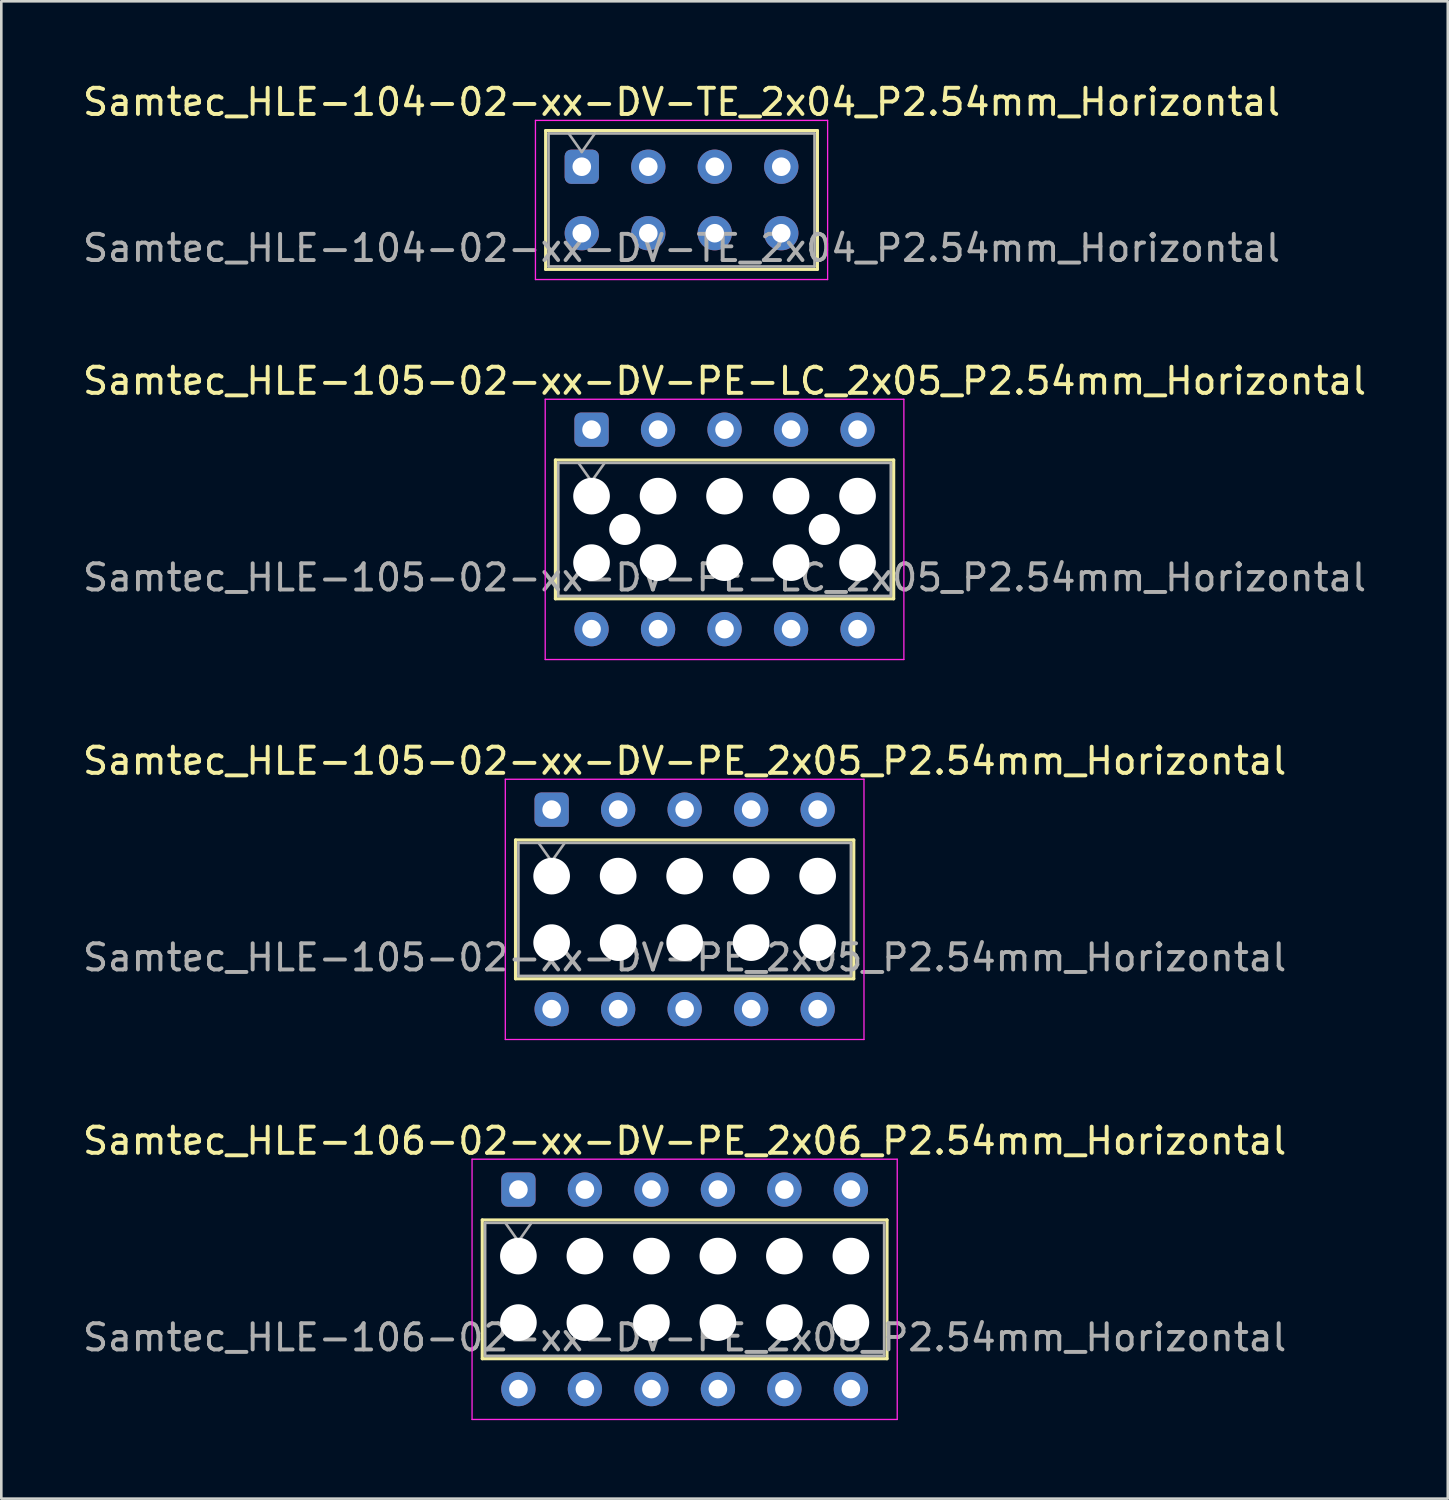
<source format=kicad_pcb>
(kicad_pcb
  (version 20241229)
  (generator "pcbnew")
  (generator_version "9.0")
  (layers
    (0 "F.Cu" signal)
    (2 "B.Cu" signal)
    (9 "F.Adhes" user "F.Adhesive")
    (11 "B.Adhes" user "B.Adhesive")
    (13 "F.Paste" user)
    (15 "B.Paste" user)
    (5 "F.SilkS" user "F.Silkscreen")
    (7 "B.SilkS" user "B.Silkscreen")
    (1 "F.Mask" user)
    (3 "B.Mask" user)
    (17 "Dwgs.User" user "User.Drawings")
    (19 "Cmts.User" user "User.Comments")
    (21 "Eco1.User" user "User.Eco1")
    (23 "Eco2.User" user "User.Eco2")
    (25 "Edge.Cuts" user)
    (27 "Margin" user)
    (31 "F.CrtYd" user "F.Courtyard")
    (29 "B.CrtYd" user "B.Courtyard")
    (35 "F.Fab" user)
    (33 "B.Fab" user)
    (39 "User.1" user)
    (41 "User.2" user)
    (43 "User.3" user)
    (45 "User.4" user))
  (footprint "Samtec_HLE-104-02-xx-DV-TE_2x04_P2.54mm_Horizontal"
    (layer "F.Cu")
    (at 19.172 3.318)
    (property "Reference" "Samtec_HLE-104-02-xx-DV-TE_2x04_P2.54mm_Horizontal" (at 3.81 -2.47 0) (layer "F.SilkS") (effects (font (size 1 1) (thickness 0.15))))
    (attr through_hole)
    (fp_line (start -1.38 -1.38) (end 9 -1.38) (stroke (width 0.12) (type solid)) (layer "F.SilkS"))
    (fp_line (start -1.38 3.92) (end -1.38 -1.38) (stroke (width 0.12) (type solid)) (layer "F.SilkS"))
    (fp_line (start 9 -1.38) (end 9 3.92) (stroke (width 0.12) (type solid)) (layer "F.SilkS"))
    (fp_line (start 9 3.92) (end -1.38 3.92) (stroke (width 0.12) (type solid)) (layer "F.SilkS"))
    (fp_line (start -1.77 -1.77) (end 9.39 -1.77) (stroke (width 0.05) (type solid)) (layer "F.CrtYd"))
    (fp_line (start -1.77 4.31) (end -1.77 -1.77) (stroke (width 0.05) (type solid)) (layer "F.CrtYd"))
    (fp_line (start 9.39 -1.77) (end 9.39 4.31) (stroke (width 0.05) (type solid)) (layer "F.CrtYd"))
    (fp_line (start 9.39 4.31) (end -1.77 4.31) (stroke (width 0.05) (type solid)) (layer "F.CrtYd"))
    (fp_line (start -1.27 -1.27) (end 8.89 -1.27) (stroke (width 0.1) (type solid)) (layer "F.Fab"))
    (fp_line (start -1.27 3.81) (end -1.27 -1.27) (stroke (width 0.1) (type solid)) (layer "F.Fab"))
    (fp_line (start -0.5 -1.27) (end 0 -0.563) (stroke (width 0.1) (type solid)) (layer "F.Fab"))
    (fp_line (start 0 -0.563) (end 0.5 -1.27) (stroke (width 0.1) (type solid)) (layer "F.Fab"))
    (fp_line (start 8.89 -1.27) (end 8.89 3.81) (stroke (width 0.1) (type solid)) (layer "F.Fab"))
    (fp_line (start 8.89 3.81) (end -1.27 3.81) (stroke (width 0.1) (type solid)) (layer "F.Fab"))
    (fp_text user "${REFERENCE}" (at 3.81 3.11 0) (layer "F.Fab") (effects (font (size 1 1) (thickness 0.15))))
    (pad "1" thru_hole roundrect (at 0 0) (size 1.31 1.31) (drill 0.71) (layers "*.Cu" "*.Mask") (roundrect_rratio 0.191))
    (pad "2" thru_hole circle (at 0 2.54) (size 1.31 1.31) (drill 0.71) (layers "*.Cu" "*.Mask"))
    (pad "3" thru_hole circle (at 2.54 0) (size 1.31 1.31) (drill 0.71) (layers "*.Cu" "*.Mask"))
    (pad "4" thru_hole circle (at 2.54 2.54) (size 1.31 1.31) (drill 0.71) (layers "*.Cu" "*.Mask"))
    (pad "5" thru_hole circle (at 5.08 0) (size 1.31 1.31) (drill 0.71) (layers "*.Cu" "*.Mask"))
    (pad "6" thru_hole circle (at 5.08 2.54) (size 1.31 1.31) (drill 0.71) (layers "*.Cu" "*.Mask"))
    (pad "7" thru_hole circle (at 7.62 0) (size 1.31 1.31) (drill 0.71) (layers "*.Cu" "*.Mask"))
    (pad "8" thru_hole circle (at 7.62 2.54) (size 1.31 1.31) (drill 0.71) (layers "*.Cu" "*.Mask")))
  (footprint "Samtec_HLE-105-02-xx-DV-PE-LC_2x05_P2.54mm_Horizontal"
    (layer "F.Cu")
    (at 19.545 13.361)
    (property "Reference" "Samtec_HLE-105-02-xx-DV-PE-LC_2x05_P2.54mm_Horizontal" (at 5.08 -1.86 0) (layer "F.SilkS") (effects (font (size 1 1) (thickness 0.15))))
    (attr through_hole)
    (fp_line (start -1.38 1.16) (end 11.54 1.16) (stroke (width 0.12) (type solid)) (layer "F.SilkS"))
    (fp_line (start -1.38 6.46) (end -1.38 1.16) (stroke (width 0.12) (type solid)) (layer "F.SilkS"))
    (fp_line (start 11.54 1.16) (end 11.54 6.46) (stroke (width 0.12) (type solid)) (layer "F.SilkS"))
    (fp_line (start 11.54 6.46) (end -1.38 6.46) (stroke (width 0.12) (type solid)) (layer "F.SilkS"))
    (fp_line (start -1.77 -1.16) (end 11.93 -1.16) (stroke (width 0.05) (type solid)) (layer "F.CrtYd"))
    (fp_line (start -1.77 8.78) (end -1.77 -1.16) (stroke (width 0.05) (type solid)) (layer "F.CrtYd"))
    (fp_line (start 11.93 -1.16) (end 11.93 8.78) (stroke (width 0.05) (type solid)) (layer "F.CrtYd"))
    (fp_line (start 11.93 8.78) (end -1.77 8.78) (stroke (width 0.05) (type solid)) (layer "F.CrtYd"))
    (fp_line (start -1.27 1.27) (end 11.43 1.27) (stroke (width 0.1) (type solid)) (layer "F.Fab"))
    (fp_line (start -1.27 6.35) (end -1.27 1.27) (stroke (width 0.1) (type solid)) (layer "F.Fab"))
    (fp_line (start -0.5 1.27) (end 0 1.977) (stroke (width 0.1) (type solid)) (layer "F.Fab"))
    (fp_line (start 0 1.977) (end 0.5 1.27) (stroke (width 0.1) (type solid)) (layer "F.Fab"))
    (fp_line (start 11.43 1.27) (end 11.43 6.35) (stroke (width 0.1) (type solid)) (layer "F.Fab"))
    (fp_line (start 11.43 6.35) (end -1.27 6.35) (stroke (width 0.1) (type solid)) (layer "F.Fab"))
    (fp_text user "${REFERENCE}" (at 5.08 5.65 0) (layer "F.Fab") (effects (font (size 1 1) (thickness 0.15))))
    (pad "" np_thru_hole circle (at 0 2.54) (size 1.4 1.4) (drill 1.4) (layers "*.Cu" "*.Mask"))
    (pad "" np_thru_hole circle (at 0 5.08) (size 1.4 1.4) (drill 1.4) (layers "*.Cu" "*.Mask"))
    (pad "" np_thru_hole circle (at 1.27 3.81) (size 1.19 1.19) (drill 1.19) (layers "*.Cu" "*.Mask"))
    (pad "" np_thru_hole circle (at 2.54 2.54) (size 1.4 1.4) (drill 1.4) (layers "*.Cu" "*.Mask"))
    (pad "" np_thru_hole circle (at 2.54 5.08) (size 1.4 1.4) (drill 1.4) (layers "*.Cu" "*.Mask"))
    (pad "" np_thru_hole circle (at 5.08 2.54) (size 1.4 1.4) (drill 1.4) (layers "*.Cu" "*.Mask"))
    (pad "" np_thru_hole circle (at 5.08 5.08) (size 1.4 1.4) (drill 1.4) (layers "*.Cu" "*.Mask"))
    (pad "" np_thru_hole circle (at 7.62 2.54) (size 1.4 1.4) (drill 1.4) (layers "*.Cu" "*.Mask"))
    (pad "" np_thru_hole circle (at 7.62 5.08) (size 1.4 1.4) (drill 1.4) (layers "*.Cu" "*.Mask"))
    (pad "" np_thru_hole circle (at 8.89 3.81) (size 1.19 1.19) (drill 1.19) (layers "*.Cu" "*.Mask"))
    (pad "" np_thru_hole circle (at 10.16 2.54) (size 1.4 1.4) (drill 1.4) (layers "*.Cu" "*.Mask"))
    (pad "" np_thru_hole circle (at 10.16 5.08) (size 1.4 1.4) (drill 1.4) (layers "*.Cu" "*.Mask"))
    (pad "1" thru_hole roundrect (at 0 0) (size 1.31 1.31) (drill 0.71) (layers "*.Cu" "*.Mask") (roundrect_rratio 0.191))
    (pad "2" thru_hole circle (at 0 7.62) (size 1.31 1.31) (drill 0.71) (layers "*.Cu" "*.Mask"))
    (pad "3" thru_hole circle (at 2.54 0) (size 1.31 1.31) (drill 0.71) (layers "*.Cu" "*.Mask"))
    (pad "4" thru_hole circle (at 2.54 7.62) (size 1.31 1.31) (drill 0.71) (layers "*.Cu" "*.Mask"))
    (pad "5" thru_hole circle (at 5.08 0) (size 1.31 1.31) (drill 0.71) (layers "*.Cu" "*.Mask"))
    (pad "6" thru_hole circle (at 5.08 7.62) (size 1.31 1.31) (drill 0.71) (layers "*.Cu" "*.Mask"))
    (pad "7" thru_hole circle (at 7.62 0) (size 1.31 1.31) (drill 0.71) (layers "*.Cu" "*.Mask"))
    (pad "8" thru_hole circle (at 7.62 7.62) (size 1.31 1.31) (drill 0.71) (layers "*.Cu" "*.Mask"))
    (pad "9" thru_hole circle (at 10.16 0) (size 1.31 1.31) (drill 0.71) (layers "*.Cu" "*.Mask"))
    (pad "10" thru_hole circle (at 10.16 7.62) (size 1.31 1.31) (drill 0.71) (layers "*.Cu" "*.Mask")))
  (footprint "Samtec_HLE-106-02-xx-DV-PE_2x06_P2.54mm_Horizontal"
    (layer "F.Cu")
    (at 16.751 42.388)
    (property "Reference" "Samtec_HLE-106-02-xx-DV-PE_2x06_P2.54mm_Horizontal" (at 6.35 -1.86 0) (layer "F.SilkS") (effects (font (size 1 1) (thickness 0.15))))
    (attr through_hole)
    (fp_line (start -1.38 1.16) (end 14.08 1.16) (stroke (width 0.12) (type solid)) (layer "F.SilkS"))
    (fp_line (start -1.38 6.46) (end -1.38 1.16) (stroke (width 0.12) (type solid)) (layer "F.SilkS"))
    (fp_line (start 14.08 1.16) (end 14.08 6.46) (stroke (width 0.12) (type solid)) (layer "F.SilkS"))
    (fp_line (start 14.08 6.46) (end -1.38 6.46) (stroke (width 0.12) (type solid)) (layer "F.SilkS"))
    (fp_line (start -1.77 -1.16) (end 14.47 -1.16) (stroke (width 0.05) (type solid)) (layer "F.CrtYd"))
    (fp_line (start -1.77 8.78) (end -1.77 -1.16) (stroke (width 0.05) (type solid)) (layer "F.CrtYd"))
    (fp_line (start 14.47 -1.16) (end 14.47 8.78) (stroke (width 0.05) (type solid)) (layer "F.CrtYd"))
    (fp_line (start 14.47 8.78) (end -1.77 8.78) (stroke (width 0.05) (type solid)) (layer "F.CrtYd"))
    (fp_line (start -1.27 1.27) (end 13.97 1.27) (stroke (width 0.1) (type solid)) (layer "F.Fab"))
    (fp_line (start -1.27 6.35) (end -1.27 1.27) (stroke (width 0.1) (type solid)) (layer "F.Fab"))
    (fp_line (start -0.5 1.27) (end 0 1.977) (stroke (width 0.1) (type solid)) (layer "F.Fab"))
    (fp_line (start 0 1.977) (end 0.5 1.27) (stroke (width 0.1) (type solid)) (layer "F.Fab"))
    (fp_line (start 13.97 1.27) (end 13.97 6.35) (stroke (width 0.1) (type solid)) (layer "F.Fab"))
    (fp_line (start 13.97 6.35) (end -1.27 6.35) (stroke (width 0.1) (type solid)) (layer "F.Fab"))
    (fp_text user "${REFERENCE}" (at 6.35 5.65 0) (layer "F.Fab") (effects (font (size 1 1) (thickness 0.15))))
    (pad "" np_thru_hole circle (at 0 2.54) (size 1.4 1.4) (drill 1.4) (layers "*.Cu" "*.Mask"))
    (pad "" np_thru_hole circle (at 0 5.08) (size 1.4 1.4) (drill 1.4) (layers "*.Cu" "*.Mask"))
    (pad "" np_thru_hole circle (at 2.54 2.54) (size 1.4 1.4) (drill 1.4) (layers "*.Cu" "*.Mask"))
    (pad "" np_thru_hole circle (at 2.54 5.08) (size 1.4 1.4) (drill 1.4) (layers "*.Cu" "*.Mask"))
    (pad "" np_thru_hole circle (at 5.08 2.54) (size 1.4 1.4) (drill 1.4) (layers "*.Cu" "*.Mask"))
    (pad "" np_thru_hole circle (at 5.08 5.08) (size 1.4 1.4) (drill 1.4) (layers "*.Cu" "*.Mask"))
    (pad "" np_thru_hole circle (at 7.62 2.54) (size 1.4 1.4) (drill 1.4) (layers "*.Cu" "*.Mask"))
    (pad "" np_thru_hole circle (at 7.62 5.08) (size 1.4 1.4) (drill 1.4) (layers "*.Cu" "*.Mask"))
    (pad "" np_thru_hole circle (at 10.16 2.54) (size 1.4 1.4) (drill 1.4) (layers "*.Cu" "*.Mask"))
    (pad "" np_thru_hole circle (at 10.16 5.08) (size 1.4 1.4) (drill 1.4) (layers "*.Cu" "*.Mask"))
    (pad "" np_thru_hole circle (at 12.7 2.54) (size 1.4 1.4) (drill 1.4) (layers "*.Cu" "*.Mask"))
    (pad "" np_thru_hole circle (at 12.7 5.08) (size 1.4 1.4) (drill 1.4) (layers "*.Cu" "*.Mask"))
    (pad "1" thru_hole roundrect (at 0 0) (size 1.31 1.31) (drill 0.71) (layers "*.Cu" "*.Mask") (roundrect_rratio 0.191))
    (pad "2" thru_hole circle (at 0 7.62) (size 1.31 1.31) (drill 0.71) (layers "*.Cu" "*.Mask"))
    (pad "3" thru_hole circle (at 2.54 0) (size 1.31 1.31) (drill 0.71) (layers "*.Cu" "*.Mask"))
    (pad "4" thru_hole circle (at 2.54 7.62) (size 1.31 1.31) (drill 0.71) (layers "*.Cu" "*.Mask"))
    (pad "5" thru_hole circle (at 5.08 0) (size 1.31 1.31) (drill 0.71) (layers "*.Cu" "*.Mask"))
    (pad "6" thru_hole circle (at 5.08 7.62) (size 1.31 1.31) (drill 0.71) (layers "*.Cu" "*.Mask"))
    (pad "7" thru_hole circle (at 7.62 0) (size 1.31 1.31) (drill 0.71) (layers "*.Cu" "*.Mask"))
    (pad "8" thru_hole circle (at 7.62 7.62) (size 1.31 1.31) (drill 0.71) (layers "*.Cu" "*.Mask"))
    (pad "9" thru_hole circle (at 10.16 0) (size 1.31 1.31) (drill 0.71) (layers "*.Cu" "*.Mask"))
    (pad "10" thru_hole circle (at 10.16 7.62) (size 1.31 1.31) (drill 0.71) (layers "*.Cu" "*.Mask"))
    (pad "11" thru_hole circle (at 12.7 0) (size 1.31 1.31) (drill 0.71) (layers "*.Cu" "*.Mask"))
    (pad "12" thru_hole circle (at 12.7 7.62) (size 1.31 1.31) (drill 0.71) (layers "*.Cu" "*.Mask")))
  (footprint "Samtec_HLE-105-02-xx-DV-PE_2x05_P2.54mm_Horizontal"
    (layer "F.Cu")
    (at 18.021 27.875)
    (property "Reference" "Samtec_HLE-105-02-xx-DV-PE_2x05_P2.54mm_Horizontal" (at 5.08 -1.86 0) (layer "F.SilkS") (effects (font (size 1 1) (thickness 0.15))))
    (attr through_hole)
    (fp_line (start -1.38 1.16) (end 11.54 1.16) (stroke (width 0.12) (type solid)) (layer "F.SilkS"))
    (fp_line (start -1.38 6.46) (end -1.38 1.16) (stroke (width 0.12) (type solid)) (layer "F.SilkS"))
    (fp_line (start 11.54 1.16) (end 11.54 6.46) (stroke (width 0.12) (type solid)) (layer "F.SilkS"))
    (fp_line (start 11.54 6.46) (end -1.38 6.46) (stroke (width 0.12) (type solid)) (layer "F.SilkS"))
    (fp_line (start -1.77 -1.16) (end 11.93 -1.16) (stroke (width 0.05) (type solid)) (layer "F.CrtYd"))
    (fp_line (start -1.77 8.78) (end -1.77 -1.16) (stroke (width 0.05) (type solid)) (layer "F.CrtYd"))
    (fp_line (start 11.93 -1.16) (end 11.93 8.78) (stroke (width 0.05) (type solid)) (layer "F.CrtYd"))
    (fp_line (start 11.93 8.78) (end -1.77 8.78) (stroke (width 0.05) (type solid)) (layer "F.CrtYd"))
    (fp_line (start -1.27 1.27) (end 11.43 1.27) (stroke (width 0.1) (type solid)) (layer "F.Fab"))
    (fp_line (start -1.27 6.35) (end -1.27 1.27) (stroke (width 0.1) (type solid)) (layer "F.Fab"))
    (fp_line (start -0.5 1.27) (end 0 1.977) (stroke (width 0.1) (type solid)) (layer "F.Fab"))
    (fp_line (start 0 1.977) (end 0.5 1.27) (stroke (width 0.1) (type solid)) (layer "F.Fab"))
    (fp_line (start 11.43 1.27) (end 11.43 6.35) (stroke (width 0.1) (type solid)) (layer "F.Fab"))
    (fp_line (start 11.43 6.35) (end -1.27 6.35) (stroke (width 0.1) (type solid)) (layer "F.Fab"))
    (fp_text user "${REFERENCE}" (at 5.08 5.65 0) (layer "F.Fab") (effects (font (size 1 1) (thickness 0.15))))
    (pad "" np_thru_hole circle (at 0 2.54) (size 1.4 1.4) (drill 1.4) (layers "*.Cu" "*.Mask"))
    (pad "" np_thru_hole circle (at 0 5.08) (size 1.4 1.4) (drill 1.4) (layers "*.Cu" "*.Mask"))
    (pad "" np_thru_hole circle (at 2.54 2.54) (size 1.4 1.4) (drill 1.4) (layers "*.Cu" "*.Mask"))
    (pad "" np_thru_hole circle (at 2.54 5.08) (size 1.4 1.4) (drill 1.4) (layers "*.Cu" "*.Mask"))
    (pad "" np_thru_hole circle (at 5.08 2.54) (size 1.4 1.4) (drill 1.4) (layers "*.Cu" "*.Mask"))
    (pad "" np_thru_hole circle (at 5.08 5.08) (size 1.4 1.4) (drill 1.4) (layers "*.Cu" "*.Mask"))
    (pad "" np_thru_hole circle (at 7.62 2.54) (size 1.4 1.4) (drill 1.4) (layers "*.Cu" "*.Mask"))
    (pad "" np_thru_hole circle (at 7.62 5.08) (size 1.4 1.4) (drill 1.4) (layers "*.Cu" "*.Mask"))
    (pad "" np_thru_hole circle (at 10.16 2.54) (size 1.4 1.4) (drill 1.4) (layers "*.Cu" "*.Mask"))
    (pad "" np_thru_hole circle (at 10.16 5.08) (size 1.4 1.4) (drill 1.4) (layers "*.Cu" "*.Mask"))
    (pad "1" thru_hole roundrect (at 0 0) (size 1.31 1.31) (drill 0.71) (layers "*.Cu" "*.Mask") (roundrect_rratio 0.191))
    (pad "2" thru_hole circle (at 0 7.62) (size 1.31 1.31) (drill 0.71) (layers "*.Cu" "*.Mask"))
    (pad "3" thru_hole circle (at 2.54 0) (size 1.31 1.31) (drill 0.71) (layers "*.Cu" "*.Mask"))
    (pad "4" thru_hole circle (at 2.54 7.62) (size 1.31 1.31) (drill 0.71) (layers "*.Cu" "*.Mask"))
    (pad "5" thru_hole circle (at 5.08 0) (size 1.31 1.31) (drill 0.71) (layers "*.Cu" "*.Mask"))
    (pad "6" thru_hole circle (at 5.08 7.62) (size 1.31 1.31) (drill 0.71) (layers "*.Cu" "*.Mask"))
    (pad "7" thru_hole circle (at 7.62 0) (size 1.31 1.31) (drill 0.71) (layers "*.Cu" "*.Mask"))
    (pad "8" thru_hole circle (at 7.62 7.62) (size 1.31 1.31) (drill 0.71) (layers "*.Cu" "*.Mask"))
    (pad "9" thru_hole circle (at 10.16 0) (size 1.31 1.31) (drill 0.71) (layers "*.Cu" "*.Mask"))
    (pad "10" thru_hole circle (at 10.16 7.62) (size 1.31 1.31) (drill 0.71) (layers "*.Cu" "*.Mask")))
  (gr_rect
    (start -3 -3)
    (end 52.25 54.193)
    (stroke (width 0.1) (type default))
    (fill no)
    (layer "Edge.Cuts")))
</source>
